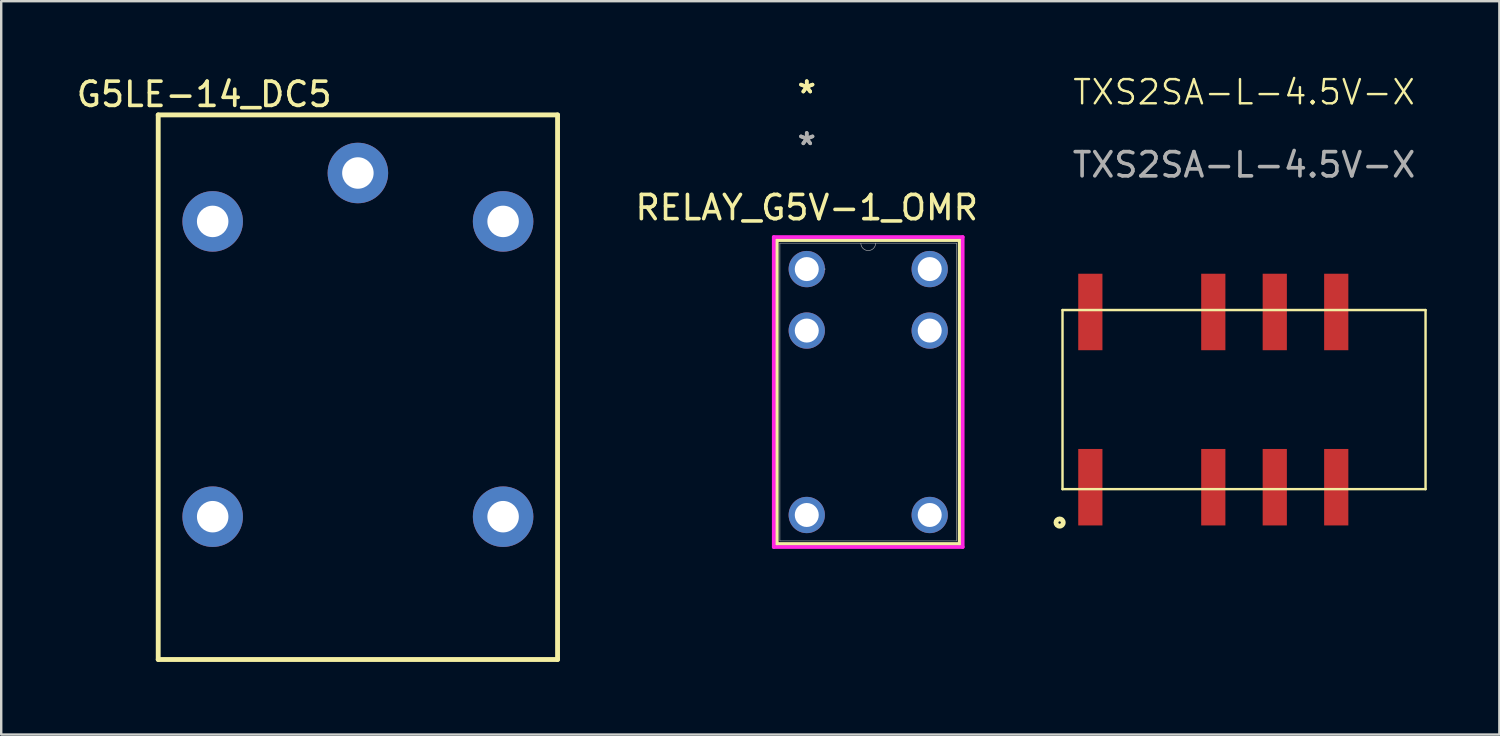
<source format=kicad_pcb>
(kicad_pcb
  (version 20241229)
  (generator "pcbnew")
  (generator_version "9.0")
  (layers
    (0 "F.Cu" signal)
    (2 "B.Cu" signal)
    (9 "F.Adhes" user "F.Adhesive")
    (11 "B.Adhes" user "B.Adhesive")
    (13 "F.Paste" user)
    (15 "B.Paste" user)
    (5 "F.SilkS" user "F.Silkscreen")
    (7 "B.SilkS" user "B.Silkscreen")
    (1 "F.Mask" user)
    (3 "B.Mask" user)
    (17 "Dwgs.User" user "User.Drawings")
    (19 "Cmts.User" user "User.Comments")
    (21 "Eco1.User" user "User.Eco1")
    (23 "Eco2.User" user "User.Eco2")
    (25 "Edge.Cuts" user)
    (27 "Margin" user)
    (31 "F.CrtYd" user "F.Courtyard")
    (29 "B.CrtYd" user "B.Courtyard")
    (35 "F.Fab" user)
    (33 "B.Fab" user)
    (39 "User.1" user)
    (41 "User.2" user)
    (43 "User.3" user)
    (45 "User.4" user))
  (footprint "G5LE-14_DC5"
    (layer "F.Cu")
    (at 11.737 12.198)
    (property "Reference" "G5LE-14_DC5" (at -6.35 -11.35 0) (layer "F.SilkS") (effects (font (size 1 1) (thickness 0.15))))
    (attr through_hole)
    (fp_line (start -8.25 -10.5) (end -8.25 12) (stroke (width 0.2) (type solid)) (layer "F.SilkS"))
    (fp_line (start -8.25 -10.5) (end 8.25 -10.5) (stroke (width 0.2) (type solid)) (layer "F.SilkS"))
    (fp_line (start -8.25 12) (end 8.25 12) (stroke (width 0.2) (type solid)) (layer "F.SilkS"))
    (fp_line (start 8.25 -10.5) (end 8.25 12) (stroke (width 0.2) (type solid)) (layer "F.SilkS"))
    (pad "1" thru_hole circle (at 0 -8.1) (size 2.5 2.5) (drill 1.3) (layers "*.Cu" "*.Mask"))
    (pad "2" thru_hole circle (at 6 -6.1) (size 2.5 2.5) (drill 1.3) (layers "*.Cu" "*.Mask"))
    (pad "3" thru_hole circle (at 6 6.1) (size 2.5 2.5) (drill 1.3) (layers "*.Cu" "*.Mask"))
    (pad "4" thru_hole circle (at -6 6.1) (size 2.5 2.5) (drill 1.3) (layers "*.Cu" "*.Mask"))
    (pad "5" thru_hole circle (at -6 -6.1) (size 2.5 2.5) (drill 1.3) (layers "*.Cu" "*.Mask")))
  (footprint "TXS2SA-L-4.5V-X"
    (layer "F.Cu")
    (at 48.35 13.46)
    (property "Reference" "TXS2SA-L-4.5V-X" (at 0 -12.7 0) (unlocked yes) (layer "F.SilkS") (effects (font (size 1 1) (thickness 0.1))))
    (attr smd)
    (fp_line (start -7.5 -3.7) (end -7.5 3.7) (stroke (width 0.1) (type default)) (layer "F.SilkS"))
    (fp_line (start 7.5 -3.7) (end -7.5 -3.7) (stroke (width 0.1) (type default)) (layer "F.SilkS"))
    (fp_line (start 7.5 -3.7) (end 7.5 3.7) (stroke (width 0.1) (type default)) (layer "F.SilkS"))
    (fp_line (start 7.5 3.7) (end -7.5 3.7) (stroke (width 0.1) (type default)) (layer "F.SilkS"))
    (fp_circle (center -7.62 5.08) (end -7.47 5.08) (stroke (width 0.2) (type default)) (fill no) (layer "F.SilkS"))
    (fp_text user "${REFERENCE}" (at 0 -9.7 0) (unlocked yes) (layer "F.Fab") (effects (font (size 1 1) (thickness 0.15))))
    (pad "1" smd rect (at -6.35 3.62) (size 1 3.16) (layers "F.Cu" "F.Mask" "F.Paste"))
    (pad "3" smd rect (at -1.27 3.62) (size 1 3.16) (layers "F.Cu" "F.Mask" "F.Paste"))
    (pad "4" smd rect (at 1.27 3.62) (size 1 3.16) (layers "F.Cu" "F.Mask" "F.Paste"))
    (pad "5" smd rect (at 3.81 3.62) (size 1 3.16) (layers "F.Cu" "F.Mask" "F.Paste"))
    (pad "8" smd rect (at 3.81 -3.62) (size 1 3.16) (layers "F.Cu" "F.Mask" "F.Paste"))
    (pad "9" smd rect (at 1.27 -3.62) (size 1 3.16) (layers "F.Cu" "F.Mask" "F.Paste"))
    (pad "10" smd rect (at -1.27 -3.62) (size 1 3.16) (layers "F.Cu" "F.Mask" "F.Paste"))
    (pad "12" smd rect (at -6.35 -3.62) (size 1 3.16) (layers "F.Cu" "F.Mask" "F.Paste")))
  (footprint "RELAY_G5V-1_OMR"
    (layer "F.Cu")
    (at 35.363 18.228)
    (property "Reference" "RELAY_G5V-1_OMR" (at -5.08 -12.7 0) (unlocked yes) (layer "F.SilkS") (effects (font (size 1 1) (thickness 0.15))))
    (attr through_hole)
    (fp_line (start -6.317 -11.357) (end -6.317 1.197) (stroke (width 0.152) (type solid)) (layer "F.SilkS"))
    (fp_line (start -6.317 1.197) (end 1.237 1.197) (stroke (width 0.152) (type solid)) (layer "F.SilkS"))
    (fp_line (start 1.237 -11.357) (end -6.317 -11.357) (stroke (width 0.152) (type solid)) (layer "F.SilkS"))
    (fp_line (start 1.237 1.197) (end 1.237 -11.357) (stroke (width 0.152) (type solid)) (layer "F.SilkS"))
    (fp_line (start -6.444 -11.484) (end 1.364 -11.484) (stroke (width 0.152) (type solid)) (layer "F.CrtYd"))
    (fp_line (start -6.444 1.324) (end -6.444 -11.484) (stroke (width 0.152) (type solid)) (layer "F.CrtYd"))
    (fp_line (start 1.364 -11.484) (end 1.364 1.324) (stroke (width 0.152) (type solid)) (layer "F.CrtYd"))
    (fp_line (start 1.364 1.324) (end -6.444 1.324) (stroke (width 0.152) (type solid)) (layer "F.CrtYd"))
    (fp_line (start -6.19 -11.23) (end -6.19 1.07) (stroke (width 0.025) (type solid)) (layer "F.Fab"))
    (fp_line (start -6.19 1.07) (end 1.11 1.07) (stroke (width 0.025) (type solid)) (layer "F.Fab"))
    (fp_line (start 1.11 -11.23) (end -6.19 -11.23) (stroke (width 0.025) (type solid)) (layer "F.Fab"))
    (fp_line (start 1.11 1.07) (end 1.11 -11.23) (stroke (width 0.025) (type solid)) (layer "F.Fab"))
    (fp_arc (start -2.2352 -11.230001) (mid -2.54 -10.925201) (end -2.8448 -11.230001) (stroke (width 0.0254) (type solid)) (layer "F.Fab"))
    (fp_circle (center -4.331 -10.16) (end -4.331 -10.16) (stroke (width 0.025) (type solid)) (fill no) (layer "F.Fab"))
    (fp_text user "*" (at -5.08 -17.38 0) (unlocked yes) (layer "F.SilkS") (effects (font (size 1 1) (thickness 0.15))))
    (fp_text user "*" (at -5.08 -17.38 0) (layer "F.SilkS") (effects (font (size 1 1) (thickness 0.15))))
    (fp_text user "*" (at -5.08 -15.24 0) (unlocked yes) (layer "F.Fab") (effects (font (size 1 1) (thickness 0.15))))
    (fp_text user "*" (at -5.08 -15.24 0) (layer "F.Fab") (effects (font (size 1 1) (thickness 0.15))))
    (pad "1" thru_hole circle (at -5.08 -10.16) (size 1.499 1.499) (drill 0.991) (layers "*.Cu" "*.Mask"))
    (pad "2" thru_hole circle (at -5.08 -7.62) (size 1.499 1.499) (drill 0.991) (layers "*.Cu" "*.Mask"))
    (pad "5" thru_hole circle (at -5.08 0) (size 1.499 1.499) (drill 0.991) (layers "*.Cu" "*.Mask"))
    (pad "6" thru_hole circle (at 0 0) (size 1.499 1.499) (drill 0.991) (layers "*.Cu" "*.Mask"))
    (pad "9" thru_hole circle (at 0 -7.62) (size 1.499 1.499) (drill 0.991) (layers "*.Cu" "*.Mask"))
    (pad "10" thru_hole circle (at 0 -10.16) (size 1.499 1.499) (drill 0.991) (layers "*.Cu" "*.Mask")))
  (gr_rect
    (start -3 -3)
    (end 58.9 27.298)
    (stroke (width 0.1) (type default))
    (fill no)
    (layer "Edge.Cuts")))
</source>
